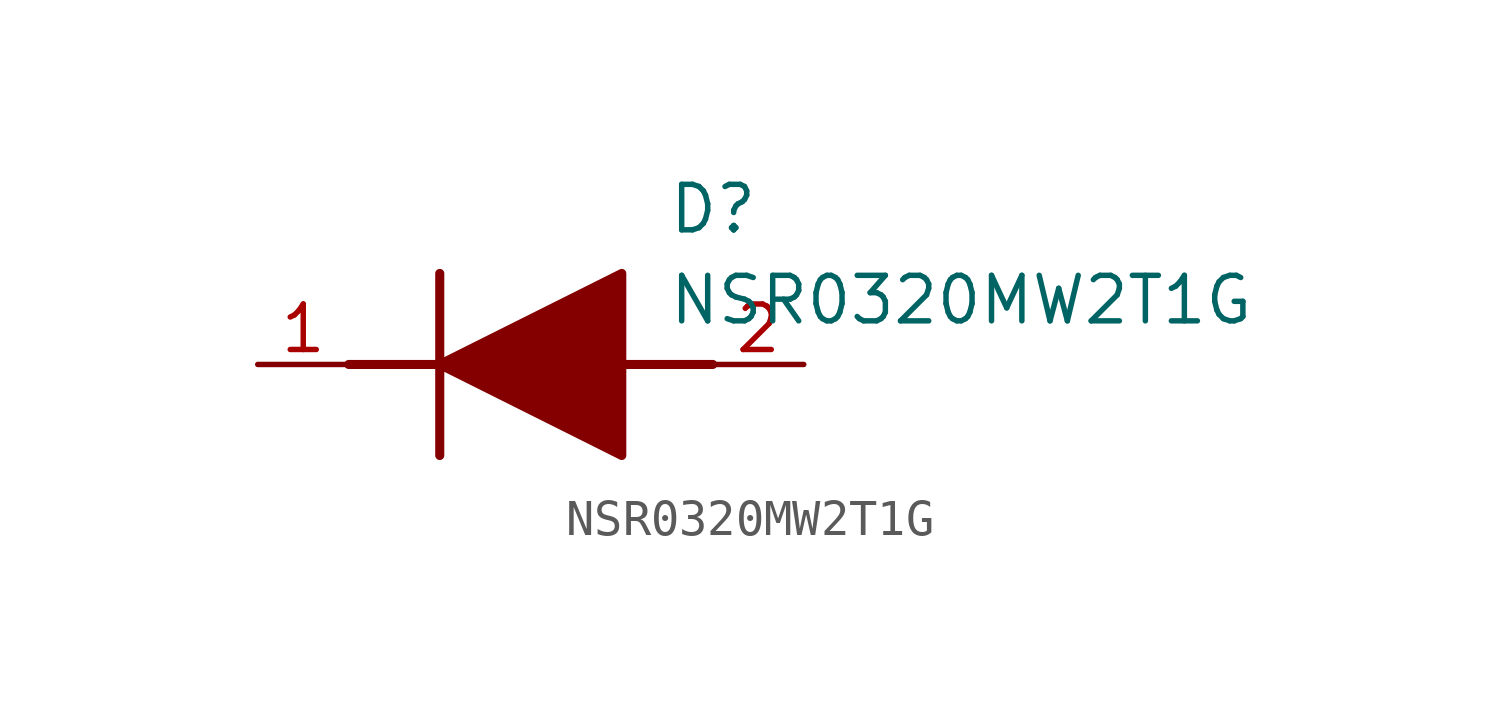
<source format=kicad_sym>
(kicad_symbol_lib
  (version 20211014)
  (generator SamacSys_ECAD_Model)
  (symbol "NSR0320MW2T1G"
    (pin_names hide)
    (property "Reference" "D"
      (at 11.43 5.08 0)
      (effects (font (size 1.27 1.27)) (justify left top)))
    (property "Value" "NSR0320MW2T1G"
      (at 11.43 2.54 0)
      (effects (font (size 1.27 1.27)) (justify left top)))
    (polyline
      (pts (xy 5.08 2.54) (xy 5.08 -2.54))
      (stroke (width 0.254) (type default))
      (fill (type none)))
    (polyline
      (pts (xy 2.54 0) (xy 5.08 0))
      (stroke (width 0.254) (type default))
      (fill (type none)))
    (polyline
      (pts (xy 10.16 0) (xy 12.7 0))
      (stroke (width 0.254) (type default))
      (fill (type none)))
    (polyline
      (pts (xy 5.08 0) (xy 10.16 2.54) (xy 10.16 -2.54) (xy 5.08 0))
      (stroke (width 0.254) (type default))
      (fill (type outline)))
    (pin passive line
      (at 0 0 0)
      (length 2.54)
      (name "K" (effects (font (size 1.27 1.27))))
      (number "1" (effects (font (size 1.27 1.27)))))
    (pin passive line
      (at 15.24 0 180)
      (length 2.54)
      (name "A" (effects (font (size 1.27 1.27))))
      (number "2" (effects (font (size 1.27 1.27)))))))
</source>
